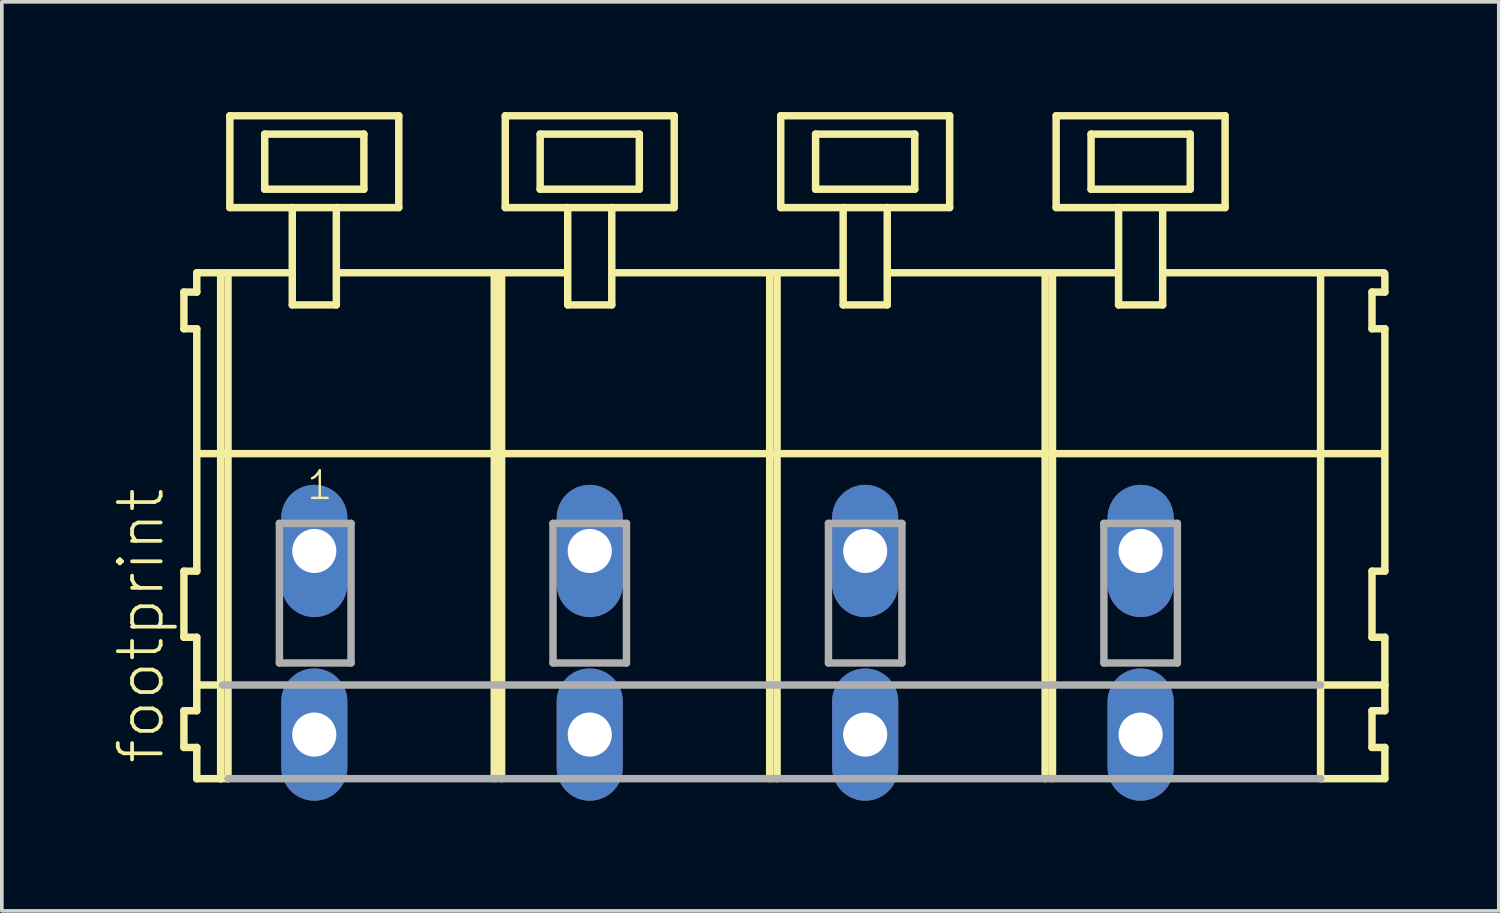
<source format=kicad_pcb>
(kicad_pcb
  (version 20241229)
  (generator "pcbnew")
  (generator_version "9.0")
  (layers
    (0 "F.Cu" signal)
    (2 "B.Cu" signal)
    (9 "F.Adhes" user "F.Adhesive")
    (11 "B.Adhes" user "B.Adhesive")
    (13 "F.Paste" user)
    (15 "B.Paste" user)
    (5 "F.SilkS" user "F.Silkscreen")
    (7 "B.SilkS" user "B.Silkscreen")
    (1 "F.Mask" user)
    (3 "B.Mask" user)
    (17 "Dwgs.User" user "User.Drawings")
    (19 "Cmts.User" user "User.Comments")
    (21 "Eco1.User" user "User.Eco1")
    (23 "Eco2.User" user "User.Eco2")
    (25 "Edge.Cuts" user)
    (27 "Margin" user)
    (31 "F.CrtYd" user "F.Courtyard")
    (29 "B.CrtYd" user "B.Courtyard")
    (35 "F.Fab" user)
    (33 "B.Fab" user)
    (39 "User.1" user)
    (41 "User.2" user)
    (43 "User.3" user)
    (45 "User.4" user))
  (footprint "footprint"
    (layer "F.Cu")
    (at 18.008 11.952)
    (property "Reference" "footprint" (at -16.535 5.855 90) (layer "F.SilkS") (effects (font (size 1.168 1.168) (thickness 0.102)) (justify left bottom)))
    (fp_line (start -16.05 -7.05) (end -16.05 -6.05) (stroke (width 0.203) (type solid)) (layer "F.SilkS"))
    (fp_line (start -16.05 -6.05) (end -15.7 -6.05) (stroke (width 0.203) (type solid)) (layer "F.SilkS"))
    (fp_line (start -16.05 0.55) (end -16.05 2.35) (stroke (width 0.203) (type solid)) (layer "F.SilkS"))
    (fp_line (start -16.05 2.35) (end -15.7 2.35) (stroke (width 0.203) (type solid)) (layer "F.SilkS"))
    (fp_line (start -16.05 4.35) (end -16.05 5.35) (stroke (width 0.203) (type solid)) (layer "F.SilkS"))
    (fp_line (start -16.05 5.35) (end -15.7 5.35) (stroke (width 0.203) (type solid)) (layer "F.SilkS"))
    (fp_line (start -15.7 -7.575) (end -15.7 -7.05) (stroke (width 0.203) (type solid)) (layer "F.SilkS"))
    (fp_line (start -15.7 -7.575) (end -13.125 -7.575) (stroke (width 0.203) (type solid)) (layer "F.SilkS"))
    (fp_line (start -15.7 -7.05) (end -16.05 -7.05) (stroke (width 0.203) (type solid)) (layer "F.SilkS"))
    (fp_line (start -15.7 -6.05) (end -15.7 0.55) (stroke (width 0.203) (type solid)) (layer "F.SilkS"))
    (fp_line (start -15.7 0.55) (end -16.05 0.55) (stroke (width 0.203) (type solid)) (layer "F.SilkS"))
    (fp_line (start -15.7 2.35) (end -15.7 4.35) (stroke (width 0.203) (type solid)) (layer "F.SilkS"))
    (fp_line (start -15.7 3.65) (end -15 3.65) (stroke (width 0.203) (type solid)) (layer "F.SilkS"))
    (fp_line (start -15.7 4.35) (end -16.05 4.35) (stroke (width 0.203) (type solid)) (layer "F.SilkS"))
    (fp_line (start -15.7 5.35) (end -15.7 6.2) (stroke (width 0.203) (type solid)) (layer "F.SilkS"))
    (fp_line (start -15.7 6.2) (end -15.05 6.2) (stroke (width 0.203) (type solid)) (layer "F.SilkS"))
    (fp_line (start -15.65 -2.65) (end 16.6 -2.65) (stroke (width 0.203) (type solid)) (layer "F.SilkS"))
    (fp_line (start -15.05 -7.55) (end -15.05 6.2) (stroke (width 0.203) (type solid)) (layer "F.SilkS"))
    (fp_line (start -15.05 6.2) (end -14.85 6.2) (stroke (width 0.203) (type solid)) (layer "F.SilkS"))
    (fp_line (start -14.85 -7.55) (end -14.85 6.2) (stroke (width 0.203) (type solid)) (layer "F.SilkS"))
    (fp_line (start -14.8 -11.85) (end -14.8 -9.35) (stroke (width 0.203) (type solid)) (layer "F.SilkS"))
    (fp_line (start -14.8 -9.35) (end -13.1 -9.35) (stroke (width 0.203) (type solid)) (layer "F.SilkS"))
    (fp_line (start -13.85 -11.35) (end -13.85 -9.85) (stroke (width 0.203) (type solid)) (layer "F.SilkS"))
    (fp_line (start -13.85 -9.85) (end -11.15 -9.85) (stroke (width 0.203) (type solid)) (layer "F.SilkS"))
    (fp_line (start -13.1 -9.35) (end -13.1 -6.7) (stroke (width 0.203) (type solid)) (layer "F.SilkS"))
    (fp_line (start -13.1 -9.35) (end -11.9 -9.35) (stroke (width 0.203) (type solid)) (layer "F.SilkS"))
    (fp_line (start -13.1 -6.7) (end -11.9 -6.7) (stroke (width 0.203) (type solid)) (layer "F.SilkS"))
    (fp_line (start -11.9 -9.35) (end -10.2 -9.35) (stroke (width 0.203) (type solid)) (layer "F.SilkS"))
    (fp_line (start -11.9 -6.7) (end -11.9 -9.35) (stroke (width 0.203) (type solid)) (layer "F.SilkS"))
    (fp_line (start -11.825 -7.575) (end -5.625 -7.575) (stroke (width 0.203) (type solid)) (layer "F.SilkS"))
    (fp_line (start -11.15 -11.35) (end -13.85 -11.35) (stroke (width 0.203) (type solid)) (layer "F.SilkS"))
    (fp_line (start -11.15 -9.85) (end -11.15 -11.35) (stroke (width 0.203) (type solid)) (layer "F.SilkS"))
    (fp_line (start -10.2 -11.85) (end -14.8 -11.85) (stroke (width 0.203) (type solid)) (layer "F.SilkS"))
    (fp_line (start -10.2 -9.35) (end -10.2 -11.85) (stroke (width 0.203) (type solid)) (layer "F.SilkS"))
    (fp_line (start -7.6 -7.55) (end -7.6 6.2) (stroke (width 0.203) (type solid)) (layer "F.SilkS"))
    (fp_line (start -7.4 -7.55) (end -7.4 6.2) (stroke (width 0.203) (type solid)) (layer "F.SilkS"))
    (fp_line (start -7.3 -11.85) (end -7.3 -9.35) (stroke (width 0.203) (type solid)) (layer "F.SilkS"))
    (fp_line (start -7.3 -9.35) (end -5.6 -9.35) (stroke (width 0.203) (type solid)) (layer "F.SilkS"))
    (fp_line (start -6.35 -11.35) (end -6.35 -9.85) (stroke (width 0.203) (type solid)) (layer "F.SilkS"))
    (fp_line (start -6.35 -9.85) (end -3.65 -9.85) (stroke (width 0.203) (type solid)) (layer "F.SilkS"))
    (fp_line (start -5.6 -9.35) (end -5.6 -6.7) (stroke (width 0.203) (type solid)) (layer "F.SilkS"))
    (fp_line (start -5.6 -9.35) (end -4.4 -9.35) (stroke (width 0.203) (type solid)) (layer "F.SilkS"))
    (fp_line (start -5.6 -6.7) (end -4.4 -6.7) (stroke (width 0.203) (type solid)) (layer "F.SilkS"))
    (fp_line (start -4.4 -9.35) (end -2.7 -9.35) (stroke (width 0.203) (type solid)) (layer "F.SilkS"))
    (fp_line (start -4.4 -6.7) (end -4.4 -9.35) (stroke (width 0.203) (type solid)) (layer "F.SilkS"))
    (fp_line (start -4.325 -7.575) (end 1.875 -7.575) (stroke (width 0.203) (type solid)) (layer "F.SilkS"))
    (fp_line (start -3.65 -11.35) (end -6.35 -11.35) (stroke (width 0.203) (type solid)) (layer "F.SilkS"))
    (fp_line (start -3.65 -9.85) (end -3.65 -11.35) (stroke (width 0.203) (type solid)) (layer "F.SilkS"))
    (fp_line (start -2.7 -11.85) (end -7.3 -11.85) (stroke (width 0.203) (type solid)) (layer "F.SilkS"))
    (fp_line (start -2.7 -9.35) (end -2.7 -11.85) (stroke (width 0.203) (type solid)) (layer "F.SilkS"))
    (fp_line (start -0.1 -7.55) (end -0.1 6.2) (stroke (width 0.203) (type solid)) (layer "F.SilkS"))
    (fp_line (start 0.1 -7.55) (end 0.1 6.2) (stroke (width 0.203) (type solid)) (layer "F.SilkS"))
    (fp_line (start 0.2 -11.85) (end 0.2 -9.35) (stroke (width 0.203) (type solid)) (layer "F.SilkS"))
    (fp_line (start 0.2 -9.35) (end 1.9 -9.35) (stroke (width 0.203) (type solid)) (layer "F.SilkS"))
    (fp_line (start 1.15 -11.35) (end 1.15 -9.85) (stroke (width 0.203) (type solid)) (layer "F.SilkS"))
    (fp_line (start 1.15 -9.85) (end 3.85 -9.85) (stroke (width 0.203) (type solid)) (layer "F.SilkS"))
    (fp_line (start 1.9 -9.35) (end 1.9 -6.7) (stroke (width 0.203) (type solid)) (layer "F.SilkS"))
    (fp_line (start 1.9 -9.35) (end 3.1 -9.35) (stroke (width 0.203) (type solid)) (layer "F.SilkS"))
    (fp_line (start 1.9 -6.7) (end 3.1 -6.7) (stroke (width 0.203) (type solid)) (layer "F.SilkS"))
    (fp_line (start 3.1 -9.35) (end 4.8 -9.35) (stroke (width 0.203) (type solid)) (layer "F.SilkS"))
    (fp_line (start 3.1 -6.7) (end 3.1 -9.35) (stroke (width 0.203) (type solid)) (layer "F.SilkS"))
    (fp_line (start 3.175 -7.575) (end 9.375 -7.575) (stroke (width 0.203) (type solid)) (layer "F.SilkS"))
    (fp_line (start 3.85 -11.35) (end 1.15 -11.35) (stroke (width 0.203) (type solid)) (layer "F.SilkS"))
    (fp_line (start 3.85 -9.85) (end 3.85 -11.35) (stroke (width 0.203) (type solid)) (layer "F.SilkS"))
    (fp_line (start 4.8 -11.85) (end 0.2 -11.85) (stroke (width 0.203) (type solid)) (layer "F.SilkS"))
    (fp_line (start 4.8 -9.35) (end 4.8 -11.85) (stroke (width 0.203) (type solid)) (layer "F.SilkS"))
    (fp_line (start 7.4 -7.55) (end 7.4 6.2) (stroke (width 0.203) (type solid)) (layer "F.SilkS"))
    (fp_line (start 7.6 -7.55) (end 7.6 6.2) (stroke (width 0.203) (type solid)) (layer "F.SilkS"))
    (fp_line (start 7.7 -11.85) (end 7.7 -9.35) (stroke (width 0.203) (type solid)) (layer "F.SilkS"))
    (fp_line (start 7.7 -9.35) (end 9.4 -9.35) (stroke (width 0.203) (type solid)) (layer "F.SilkS"))
    (fp_line (start 8.65 -11.35) (end 8.65 -9.85) (stroke (width 0.203) (type solid)) (layer "F.SilkS"))
    (fp_line (start 8.65 -9.85) (end 11.35 -9.85) (stroke (width 0.203) (type solid)) (layer "F.SilkS"))
    (fp_line (start 9.4 -9.35) (end 9.4 -6.7) (stroke (width 0.203) (type solid)) (layer "F.SilkS"))
    (fp_line (start 9.4 -9.35) (end 10.6 -9.35) (stroke (width 0.203) (type solid)) (layer "F.SilkS"))
    (fp_line (start 9.4 -6.7) (end 10.6 -6.7) (stroke (width 0.203) (type solid)) (layer "F.SilkS"))
    (fp_line (start 10.6 -9.35) (end 12.3 -9.35) (stroke (width 0.203) (type solid)) (layer "F.SilkS"))
    (fp_line (start 10.6 -6.7) (end 10.6 -9.35) (stroke (width 0.203) (type solid)) (layer "F.SilkS"))
    (fp_line (start 10.625 -7.575) (end 16.625 -7.575) (stroke (width 0.203) (type solid)) (layer "F.SilkS"))
    (fp_line (start 11.35 -11.35) (end 8.65 -11.35) (stroke (width 0.203) (type solid)) (layer "F.SilkS"))
    (fp_line (start 11.35 -9.85) (end 11.35 -11.35) (stroke (width 0.203) (type solid)) (layer "F.SilkS"))
    (fp_line (start 12.3 -11.85) (end 7.7 -11.85) (stroke (width 0.203) (type solid)) (layer "F.SilkS"))
    (fp_line (start 12.3 -9.35) (end 12.3 -11.85) (stroke (width 0.203) (type solid)) (layer "F.SilkS"))
    (fp_line (start 14.9 -7.55) (end 14.9 6.2) (stroke (width 0.203) (type solid)) (layer "F.SilkS"))
    (fp_line (start 14.9 6.2) (end 16.65 6.2) (stroke (width 0.203) (type solid)) (layer "F.SilkS"))
    (fp_line (start 14.95 3.65) (end 16.65 3.65) (stroke (width 0.203) (type solid)) (layer "F.SilkS"))
    (fp_line (start 16.3 -7.05) (end 16.3 -6.05) (stroke (width 0.203) (type solid)) (layer "F.SilkS"))
    (fp_line (start 16.3 -6.05) (end 16.65 -6.05) (stroke (width 0.203) (type solid)) (layer "F.SilkS"))
    (fp_line (start 16.3 0.55) (end 16.3 2.35) (stroke (width 0.203) (type solid)) (layer "F.SilkS"))
    (fp_line (start 16.3 2.35) (end 16.65 2.35) (stroke (width 0.203) (type solid)) (layer "F.SilkS"))
    (fp_line (start 16.3 4.35) (end 16.3 5.35) (stroke (width 0.203) (type solid)) (layer "F.SilkS"))
    (fp_line (start 16.3 5.35) (end 16.65 5.35) (stroke (width 0.203) (type solid)) (layer "F.SilkS"))
    (fp_line (start 16.65 -7.05) (end 16.3 -7.05) (stroke (width 0.203) (type solid)) (layer "F.SilkS"))
    (fp_line (start 16.65 -7.05) (end 16.65 -7.55) (stroke (width 0.203) (type solid)) (layer "F.SilkS"))
    (fp_line (start 16.65 0.55) (end 16.3 0.55) (stroke (width 0.203) (type solid)) (layer "F.SilkS"))
    (fp_line (start 16.65 0.55) (end 16.65 -6.05) (stroke (width 0.203) (type solid)) (layer "F.SilkS"))
    (fp_line (start 16.65 3.65) (end 16.65 2.35) (stroke (width 0.203) (type solid)) (layer "F.SilkS"))
    (fp_line (start 16.65 4.35) (end 16.3 4.35) (stroke (width 0.203) (type solid)) (layer "F.SilkS"))
    (fp_line (start 16.65 4.35) (end 16.65 3.65) (stroke (width 0.203) (type solid)) (layer "F.SilkS"))
    (fp_line (start 16.65 6.2) (end 16.65 5.35) (stroke (width 0.203) (type solid)) (layer "F.SilkS"))
    (fp_line (start -15 3.65) (end 14.9 3.65) (stroke (width 0.203) (type solid)) (layer "F.Fab"))
    (fp_line (start -14.85 6.2) (end 14.9 6.2) (stroke (width 0.203) (type solid)) (layer "F.Fab"))
    (fp_line (start -13.45 -0.75) (end -13.45 3.05) (stroke (width 0.203) (type solid)) (layer "F.Fab"))
    (fp_line (start -13.45 3.05) (end -11.5 3.05) (stroke (width 0.203) (type solid)) (layer "F.Fab"))
    (fp_line (start -11.5 -0.75) (end -13.45 -0.75) (stroke (width 0.203) (type solid)) (layer "F.Fab"))
    (fp_line (start -11.5 3.05) (end -11.5 -0.75) (stroke (width 0.203) (type solid)) (layer "F.Fab"))
    (fp_line (start -6 -0.75) (end -6 3.05) (stroke (width 0.203) (type solid)) (layer "F.Fab"))
    (fp_line (start -6 3.05) (end -4 3.05) (stroke (width 0.203) (type solid)) (layer "F.Fab"))
    (fp_line (start -4 -0.75) (end -6 -0.75) (stroke (width 0.203) (type solid)) (layer "F.Fab"))
    (fp_line (start -4 3.05) (end -4 -0.75) (stroke (width 0.203) (type solid)) (layer "F.Fab"))
    (fp_line (start 1.5 -0.75) (end 1.5 3.05) (stroke (width 0.203) (type solid)) (layer "F.Fab"))
    (fp_line (start 1.5 3.05) (end 3.5 3.05) (stroke (width 0.203) (type solid)) (layer "F.Fab"))
    (fp_line (start 3.5 -0.75) (end 1.5 -0.75) (stroke (width 0.203) (type solid)) (layer "F.Fab"))
    (fp_line (start 3.5 3.05) (end 3.5 -0.75) (stroke (width 0.203) (type solid)) (layer "F.Fab"))
    (fp_line (start 9 -0.75) (end 9 3.05) (stroke (width 0.203) (type solid)) (layer "F.Fab"))
    (fp_line (start 9 3.05) (end 11 3.05) (stroke (width 0.203) (type solid)) (layer "F.Fab"))
    (fp_line (start 11 -0.75) (end 9 -0.75) (stroke (width 0.203) (type solid)) (layer "F.Fab"))
    (fp_line (start 11 3.05) (end 11 -0.75) (stroke (width 0.203) (type solid)) (layer "F.Fab"))
    (fp_text user "1" (at -12.75 -1.35 0) (layer "F.SilkS") (effects (font (size 0.748 0.748) (thickness 0.065)) (justify left bottom)))
    (pad "A1" thru_hole oval (at -12.5 0 90) (size 3.6 1.8) (drill 1.2) (layers "*.Cu" "*.Mask"))
    (pad "A2" thru_hole oval (at -5 0 90) (size 3.6 1.8) (drill 1.2) (layers "*.Cu" "*.Mask"))
    (pad "A3" thru_hole oval (at 2.5 0 90) (size 3.6 1.8) (drill 1.2) (layers "*.Cu" "*.Mask"))
    (pad "A4" thru_hole oval (at 10 0 90) (size 3.6 1.8) (drill 1.2) (layers "*.Cu" "*.Mask"))
    (pad "B1" thru_hole oval (at -12.5 5 90) (size 3.6 1.8) (drill 1.2) (layers "*.Cu" "*.Mask"))
    (pad "B2" thru_hole oval (at -5 5 90) (size 3.6 1.8) (drill 1.2) (layers "*.Cu" "*.Mask"))
    (pad "B3" thru_hole oval (at 2.5 5 90) (size 3.6 1.8) (drill 1.2) (layers "*.Cu" "*.Mask"))
    (pad "B4" thru_hole oval (at 10 5 90) (size 3.6 1.8) (drill 1.2) (layers "*.Cu" "*.Mask")))
  (gr_rect
    (start -3 -3)
    (end 37.76 21.752)
    (stroke (width 0.1) (type default))
    (fill no)
    (layer "Edge.Cuts")))
</source>
